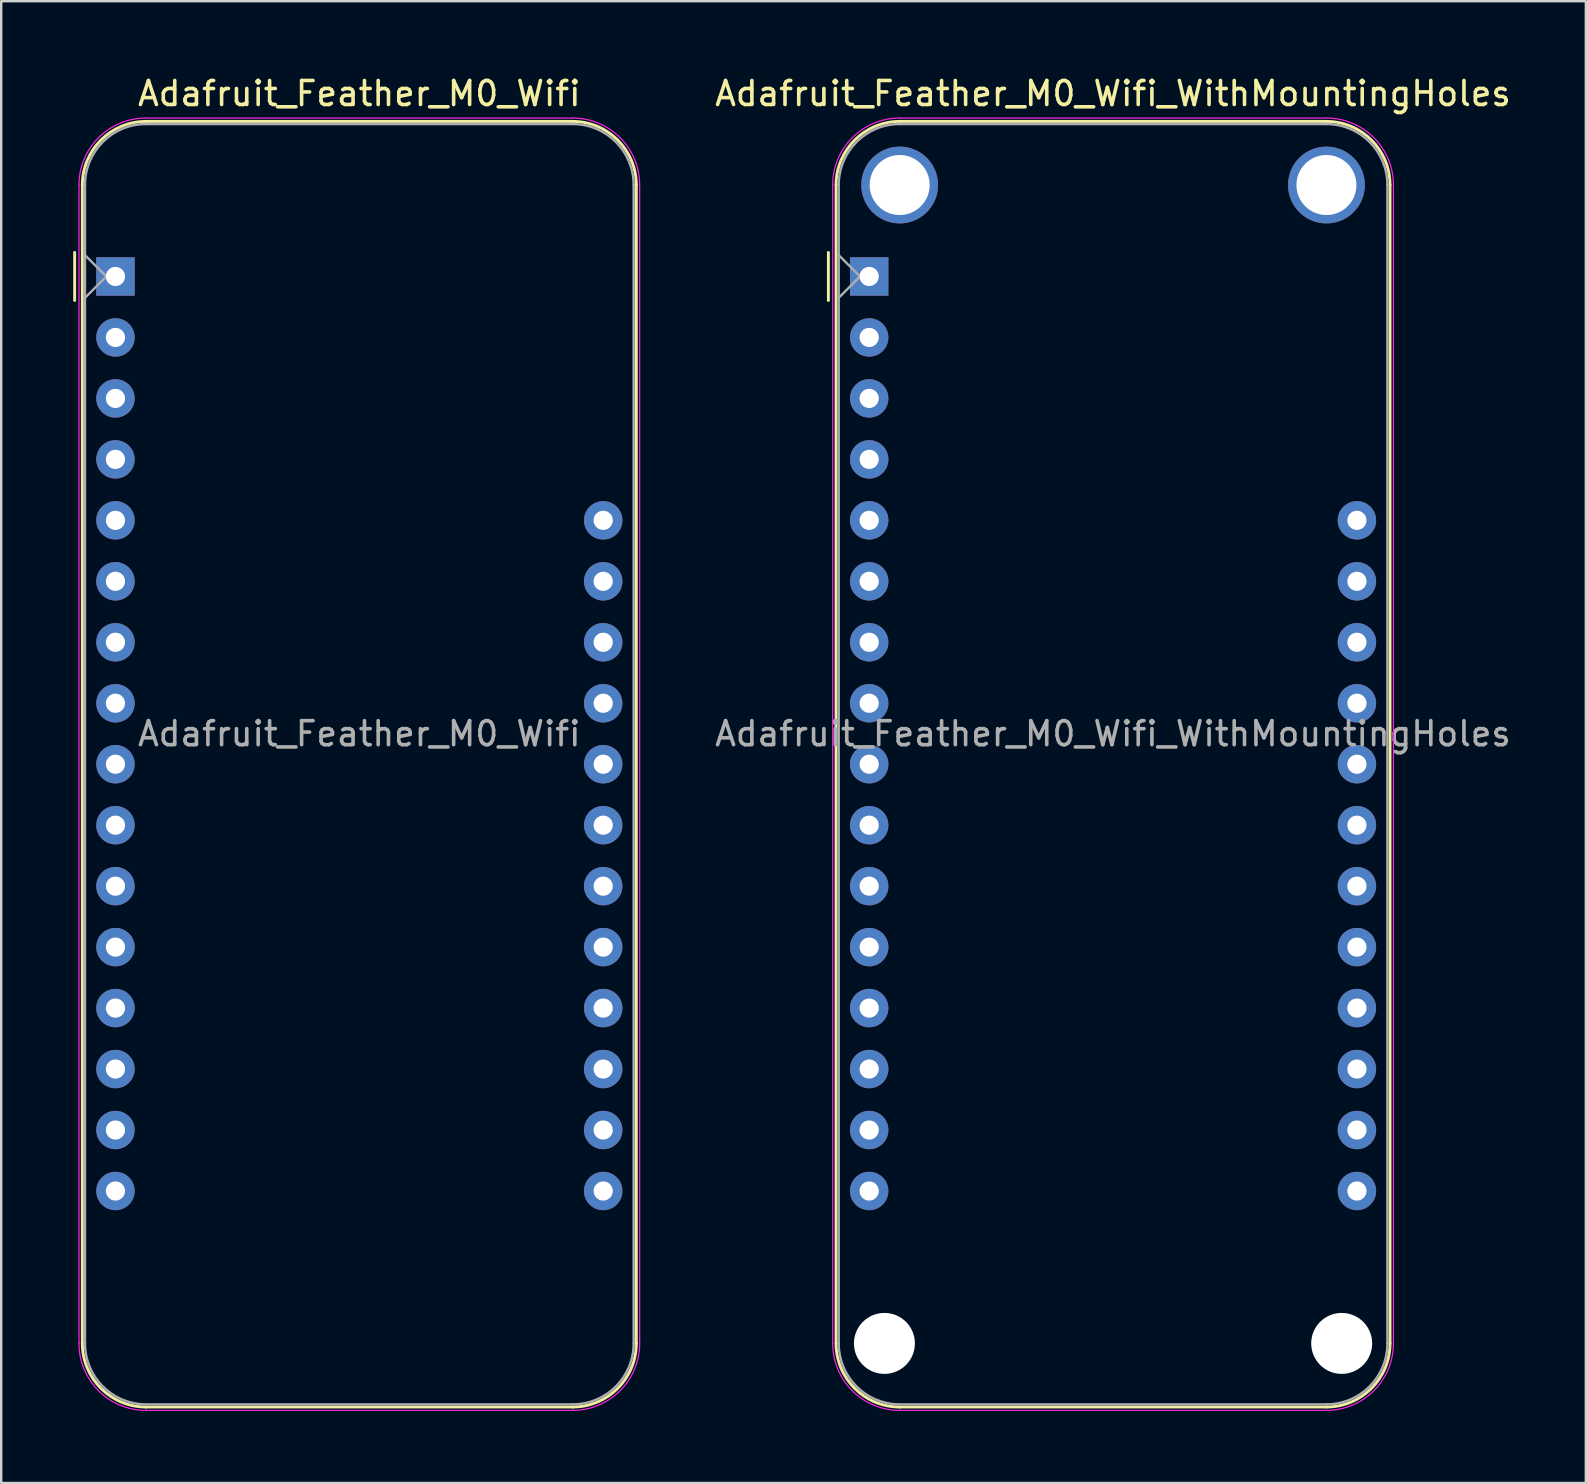
<source format=kicad_pcb>
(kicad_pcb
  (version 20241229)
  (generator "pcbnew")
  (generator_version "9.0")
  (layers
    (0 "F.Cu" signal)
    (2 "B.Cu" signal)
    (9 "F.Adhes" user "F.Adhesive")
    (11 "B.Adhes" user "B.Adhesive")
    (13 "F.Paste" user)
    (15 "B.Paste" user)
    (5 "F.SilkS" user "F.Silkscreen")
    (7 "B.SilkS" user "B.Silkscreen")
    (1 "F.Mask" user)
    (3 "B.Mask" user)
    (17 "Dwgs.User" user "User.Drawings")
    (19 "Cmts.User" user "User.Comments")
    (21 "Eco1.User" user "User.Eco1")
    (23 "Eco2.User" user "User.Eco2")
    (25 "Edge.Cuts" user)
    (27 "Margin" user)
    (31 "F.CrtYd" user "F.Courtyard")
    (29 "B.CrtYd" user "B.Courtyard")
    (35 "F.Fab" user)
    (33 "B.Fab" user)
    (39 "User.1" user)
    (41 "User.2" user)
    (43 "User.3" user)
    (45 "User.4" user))
  (footprint "Adafruit_Feather_M0_Wifi"
    (layer "F.Cu")
    (at 1.76 8.468)
    (property "Reference" "Adafruit_Feather_M0_Wifi" (at 10.16 -7.62 0) (layer "F.SilkS") (effects (font (size 1 1) (thickness 0.15))))
    (attr through_hole)
    (fp_line (start -1.7 1) (end -1.7 -1) (stroke (width 0.12) (type solid)) (layer "F.SilkS"))
    (fp_line (start -1.38 -3.81) (end -1.38 44.45) (stroke (width 0.12) (type solid)) (layer "F.SilkS"))
    (fp_line (start 19.05 -6.46) (end 1.27 -6.46) (stroke (width 0.12) (type solid)) (layer "F.SilkS"))
    (fp_line (start 19.05 47.1) (end 1.27 47.1) (stroke (width 0.12) (type solid)) (layer "F.SilkS"))
    (fp_line (start 21.7 -3.81) (end 21.7 44.45) (stroke (width 0.12) (type solid)) (layer "F.SilkS"))
    (fp_arc (start -1.38 -3.81) (mid -0.603833 -5.683833) (end 1.27 -6.46) (stroke (width 0.12) (type solid)) (layer "F.SilkS"))
    (fp_arc (start 1.27 47.1) (mid -0.603833 46.323833) (end -1.38 44.45) (stroke (width 0.12) (type solid)) (layer "F.SilkS"))
    (fp_arc (start 19.05 -6.46) (mid 20.923833 -5.683833) (end 21.7 -3.81) (stroke (width 0.12) (type solid)) (layer "F.SilkS"))
    (fp_arc (start 21.7 44.45) (mid 20.923833 46.323833) (end 19.05 47.1) (stroke (width 0.12) (type solid)) (layer "F.SilkS"))
    (fp_line (start -1.52 44.45) (end -1.52 -3.81) (stroke (width 0.05) (type solid)) (layer "F.CrtYd"))
    (fp_line (start 19.05 -6.6) (end 1.27 -6.6) (stroke (width 0.05) (type solid)) (layer "F.CrtYd"))
    (fp_line (start 19.05 47.24) (end 1.27 47.24) (stroke (width 0.05) (type solid)) (layer "F.CrtYd"))
    (fp_line (start 21.84 44.45) (end 21.84 -3.81) (stroke (width 0.05) (type solid)) (layer "F.CrtYd"))
    (fp_arc (start -1.52 -3.81) (mid -0.702828 -5.782828) (end 1.27 -6.6) (stroke (width 0.05) (type solid)) (layer "F.CrtYd"))
    (fp_arc (start 1.27 47.24) (mid -0.702828 46.422828) (end -1.52 44.45) (stroke (width 0.05) (type solid)) (layer "F.CrtYd"))
    (fp_arc (start 19.05 -6.6) (mid 21.022828 -5.782828) (end 21.84 -3.81) (stroke (width 0.05) (type solid)) (layer "F.CrtYd"))
    (fp_arc (start 21.84 44.45) (mid 21.022828 46.422828) (end 19.05 47.24) (stroke (width 0.05) (type solid)) (layer "F.CrtYd"))
    (fp_line (start -1.27 -3.81) (end -1.27 44.45) (stroke (width 0.1) (type solid)) (layer "F.Fab"))
    (fp_line (start -1.27 -0.889) (end -0.381 0) (stroke (width 0.1) (type solid)) (layer "F.Fab"))
    (fp_line (start -0.381 0) (end -1.27 0.889) (stroke (width 0.1) (type solid)) (layer "F.Fab"))
    (fp_line (start 1.27 46.99) (end 19.05 46.99) (stroke (width 0.1) (type solid)) (layer "F.Fab"))
    (fp_line (start 19.05 -6.35) (end 1.27 -6.35) (stroke (width 0.1) (type solid)) (layer "F.Fab"))
    (fp_line (start 21.59 44.45) (end 21.59 -3.81) (stroke (width 0.1) (type solid)) (layer "F.Fab"))
    (fp_arc (start -1.27 -3.81) (mid -0.526051 -5.606051) (end 1.27 -6.35) (stroke (width 0.1) (type solid)) (layer "F.Fab"))
    (fp_arc (start 1.221238 46.989532) (mid -0.543209 46.228728) (end -1.27 44.45) (stroke (width 0.1) (type solid)) (layer "F.Fab"))
    (fp_arc (start 19.05 -6.35) (mid 20.846051 -5.606051) (end 21.59 -3.81) (stroke (width 0.1) (type solid)) (layer "F.Fab"))
    (fp_arc (start 21.59 44.45) (mid 20.846051 46.246051) (end 19.05 46.99) (stroke (width 0.1) (type solid)) (layer "F.Fab"))
    (fp_text user "${REFERENCE}" (at 10.16 19.05 180) (layer "F.Fab") (effects (font (size 1 1) (thickness 0.15))))
    (pad "1" thru_hole rect (at 0 0 180) (size 1.6 1.6) (drill 0.8) (layers "*.Cu" "*.Mask"))
    (pad "2" thru_hole circle (at 0 2.54 180) (size 1.6 1.6) (drill 0.8) (layers "*.Cu" "*.Mask"))
    (pad "3" thru_hole circle (at 0 5.08 180) (size 1.6 1.6) (drill 0.8) (layers "*.Cu" "*.Mask"))
    (pad "4" thru_hole circle (at 0 7.62 180) (size 1.6 1.6) (drill 0.8) (layers "*.Cu" "*.Mask"))
    (pad "5" thru_hole circle (at 0 10.16 180) (size 1.6 1.6) (drill 0.8) (layers "*.Cu" "*.Mask"))
    (pad "6" thru_hole circle (at 0 12.7 180) (size 1.6 1.6) (drill 0.8) (layers "*.Cu" "*.Mask"))
    (pad "7" thru_hole circle (at 0 15.24 180) (size 1.6 1.6) (drill 0.8) (layers "*.Cu" "*.Mask"))
    (pad "8" thru_hole circle (at 0 17.78 180) (size 1.6 1.6) (drill 0.8) (layers "*.Cu" "*.Mask"))
    (pad "9" thru_hole circle (at 0 20.32 180) (size 1.6 1.6) (drill 0.8) (layers "*.Cu" "*.Mask"))
    (pad "10" thru_hole circle (at 0 22.86 180) (size 1.6 1.6) (drill 0.8) (layers "*.Cu" "*.Mask"))
    (pad "11" thru_hole circle (at 0 25.4 180) (size 1.6 1.6) (drill 0.8) (layers "*.Cu" "*.Mask"))
    (pad "12" thru_hole circle (at 0 27.94 180) (size 1.6 1.6) (drill 0.8) (layers "*.Cu" "*.Mask"))
    (pad "13" thru_hole circle (at 0 30.48 180) (size 1.6 1.6) (drill 0.8) (layers "*.Cu" "*.Mask"))
    (pad "14" thru_hole circle (at 0 33.02 180) (size 1.6 1.6) (drill 0.8) (layers "*.Cu" "*.Mask"))
    (pad "15" thru_hole circle (at 0 35.56 180) (size 1.6 1.6) (drill 0.8) (layers "*.Cu" "*.Mask"))
    (pad "16" thru_hole circle (at 0 38.1 180) (size 1.6 1.6) (drill 0.8) (layers "*.Cu" "*.Mask"))
    (pad "17" thru_hole circle (at 20.32 38.1 180) (size 1.6 1.6) (drill 0.8) (layers "*.Cu" "*.Mask"))
    (pad "18" thru_hole circle (at 20.32 35.56 180) (size 1.6 1.6) (drill 0.8) (layers "*.Cu" "*.Mask"))
    (pad "19" thru_hole circle (at 20.32 33.02 180) (size 1.6 1.6) (drill 0.8) (layers "*.Cu" "*.Mask"))
    (pad "20" thru_hole circle (at 20.32 30.48 180) (size 1.6 1.6) (drill 0.8) (layers "*.Cu" "*.Mask"))
    (pad "21" thru_hole circle (at 20.32 27.94 180) (size 1.6 1.6) (drill 0.8) (layers "*.Cu" "*.Mask"))
    (pad "22" thru_hole circle (at 20.32 25.4 180) (size 1.6 1.6) (drill 0.8) (layers "*.Cu" "*.Mask"))
    (pad "23" thru_hole circle (at 20.32 22.86 180) (size 1.6 1.6) (drill 0.8) (layers "*.Cu" "*.Mask"))
    (pad "24" thru_hole circle (at 20.32 20.32 180) (size 1.6 1.6) (drill 0.8) (layers "*.Cu" "*.Mask"))
    (pad "25" thru_hole circle (at 20.32 17.78 180) (size 1.6 1.6) (drill 0.8) (layers "*.Cu" "*.Mask"))
    (pad "26" thru_hole circle (at 20.32 15.24 180) (size 1.6 1.6) (drill 0.8) (layers "*.Cu" "*.Mask"))
    (pad "27" thru_hole circle (at 20.32 12.7 180) (size 1.6 1.6) (drill 0.8) (layers "*.Cu" "*.Mask"))
    (pad "28" thru_hole circle (at 20.32 10.16 180) (size 1.6 1.6) (drill 0.8) (layers "*.Cu" "*.Mask")))
  (footprint "Adafruit_Feather_M0_Wifi_WithMountingHoles"
    (layer "F.Cu")
    (at 33.161 8.468)
    (property "Reference" "Adafruit_Feather_M0_Wifi_WithMountingHoles" (at 10.16 -7.62 0) (layer "F.SilkS") (effects (font (size 1 1) (thickness 0.15))))
    (attr through_hole)
    (fp_line (start -1.7 1) (end -1.7 -1) (stroke (width 0.12) (type solid)) (layer "F.SilkS"))
    (fp_line (start -1.38 -3.81) (end -1.38 44.45) (stroke (width 0.12) (type solid)) (layer "F.SilkS"))
    (fp_line (start 19.05 -6.46) (end 1.27 -6.46) (stroke (width 0.12) (type solid)) (layer "F.SilkS"))
    (fp_line (start 19.05 47.1) (end 1.27 47.1) (stroke (width 0.12) (type solid)) (layer "F.SilkS"))
    (fp_line (start 21.7 -3.81) (end 21.7 44.45) (stroke (width 0.12) (type solid)) (layer "F.SilkS"))
    (fp_arc (start -1.38 -3.81) (mid -0.603833 -5.683833) (end 1.27 -6.46) (stroke (width 0.12) (type solid)) (layer "F.SilkS"))
    (fp_arc (start 1.27 47.1) (mid -0.603833 46.323833) (end -1.38 44.45) (stroke (width 0.12) (type solid)) (layer "F.SilkS"))
    (fp_arc (start 19.05 -6.46) (mid 20.923833 -5.683833) (end 21.7 -3.81) (stroke (width 0.12) (type solid)) (layer "F.SilkS"))
    (fp_arc (start 21.7 44.45) (mid 20.923833 46.323833) (end 19.05 47.1) (stroke (width 0.12) (type solid)) (layer "F.SilkS"))
    (fp_line (start -1.52 44.45) (end -1.52 -3.81) (stroke (width 0.05) (type solid)) (layer "F.CrtYd"))
    (fp_line (start 19.05 -6.6) (end 1.27 -6.6) (stroke (width 0.05) (type solid)) (layer "F.CrtYd"))
    (fp_line (start 19.05 47.24) (end 1.27 47.24) (stroke (width 0.05) (type solid)) (layer "F.CrtYd"))
    (fp_line (start 21.84 44.45) (end 21.84 -3.81) (stroke (width 0.05) (type solid)) (layer "F.CrtYd"))
    (fp_arc (start -1.52 -3.81) (mid -0.702828 -5.782828) (end 1.27 -6.6) (stroke (width 0.05) (type solid)) (layer "F.CrtYd"))
    (fp_arc (start 1.27 47.24) (mid -0.702828 46.422828) (end -1.52 44.45) (stroke (width 0.05) (type solid)) (layer "F.CrtYd"))
    (fp_arc (start 19.05 -6.6) (mid 21.022828 -5.782828) (end 21.84 -3.81) (stroke (width 0.05) (type solid)) (layer "F.CrtYd"))
    (fp_arc (start 21.84 44.45) (mid 21.022828 46.422828) (end 19.05 47.24) (stroke (width 0.05) (type solid)) (layer "F.CrtYd"))
    (fp_line (start -1.27 -3.81) (end -1.27 44.45) (stroke (width 0.1) (type solid)) (layer "F.Fab"))
    (fp_line (start -1.27 -0.889) (end -0.381 0) (stroke (width 0.1) (type solid)) (layer "F.Fab"))
    (fp_line (start -0.381 0) (end -1.27 0.889) (stroke (width 0.1) (type solid)) (layer "F.Fab"))
    (fp_line (start 1.27 46.99) (end 19.05 46.99) (stroke (width 0.1) (type solid)) (layer "F.Fab"))
    (fp_line (start 19.05 -6.35) (end 1.27 -6.35) (stroke (width 0.1) (type solid)) (layer "F.Fab"))
    (fp_line (start 21.59 44.45) (end 21.59 -3.81) (stroke (width 0.1) (type solid)) (layer "F.Fab"))
    (fp_arc (start -1.27 -3.81) (mid -0.526051 -5.606051) (end 1.27 -6.35) (stroke (width 0.1) (type solid)) (layer "F.Fab"))
    (fp_arc (start 1.221238 46.989532) (mid -0.543209 46.228728) (end -1.27 44.45) (stroke (width 0.1) (type solid)) (layer "F.Fab"))
    (fp_arc (start 19.05 -6.35) (mid 20.846051 -5.606051) (end 21.59 -3.81) (stroke (width 0.1) (type solid)) (layer "F.Fab"))
    (fp_arc (start 21.59 44.45) (mid 20.846051 46.246051) (end 19.05 46.99) (stroke (width 0.1) (type solid)) (layer "F.Fab"))
    (fp_text user "${REFERENCE}" (at 10.16 19.05 180) (layer "F.Fab") (effects (font (size 1 1) (thickness 0.15))))
    (pad "" np_thru_hole circle (at 0.635 44.45 270) (size 2.54 2.54) (drill 2.54) (layers "*.Cu" "*.Mask"))
    (pad "" np_thru_hole circle (at 1.27 -3.81 270) (size 3.2 3.2) (drill 2.5) (layers "*.Cu" "*.Mask"))
    (pad "" np_thru_hole circle (at 19.05 -3.81 270) (size 3.2 3.2) (drill 2.5) (layers "*.Cu" "*.Mask"))
    (pad "" np_thru_hole circle (at 19.685 44.45 270) (size 2.54 2.54) (drill 2.54) (layers "*.Cu" "*.Mask"))
    (pad "1" thru_hole rect (at 0 0 180) (size 1.6 1.6) (drill 0.8) (layers "*.Cu" "*.Mask"))
    (pad "2" thru_hole circle (at 0 2.54 180) (size 1.6 1.6) (drill 0.8) (layers "*.Cu" "*.Mask"))
    (pad "3" thru_hole circle (at 0 5.08 180) (size 1.6 1.6) (drill 0.8) (layers "*.Cu" "*.Mask"))
    (pad "4" thru_hole circle (at 0 7.62 180) (size 1.6 1.6) (drill 0.8) (layers "*.Cu" "*.Mask"))
    (pad "5" thru_hole circle (at 0 10.16 180) (size 1.6 1.6) (drill 0.8) (layers "*.Cu" "*.Mask"))
    (pad "6" thru_hole circle (at 0 12.7 180) (size 1.6 1.6) (drill 0.8) (layers "*.Cu" "*.Mask"))
    (pad "7" thru_hole circle (at 0 15.24 180) (size 1.6 1.6) (drill 0.8) (layers "*.Cu" "*.Mask"))
    (pad "8" thru_hole circle (at 0 17.78 180) (size 1.6 1.6) (drill 0.8) (layers "*.Cu" "*.Mask"))
    (pad "9" thru_hole circle (at 0 20.32 180) (size 1.6 1.6) (drill 0.8) (layers "*.Cu" "*.Mask"))
    (pad "10" thru_hole circle (at 0 22.86 180) (size 1.6 1.6) (drill 0.8) (layers "*.Cu" "*.Mask"))
    (pad "11" thru_hole circle (at 0 25.4 180) (size 1.6 1.6) (drill 0.8) (layers "*.Cu" "*.Mask"))
    (pad "12" thru_hole circle (at 0 27.94 180) (size 1.6 1.6) (drill 0.8) (layers "*.Cu" "*.Mask"))
    (pad "13" thru_hole circle (at 0 30.48 180) (size 1.6 1.6) (drill 0.8) (layers "*.Cu" "*.Mask"))
    (pad "14" thru_hole circle (at 0 33.02 180) (size 1.6 1.6) (drill 0.8) (layers "*.Cu" "*.Mask"))
    (pad "15" thru_hole circle (at 0 35.56 180) (size 1.6 1.6) (drill 0.8) (layers "*.Cu" "*.Mask"))
    (pad "16" thru_hole circle (at 0 38.1 180) (size 1.6 1.6) (drill 0.8) (layers "*.Cu" "*.Mask"))
    (pad "17" thru_hole circle (at 20.32 38.1 180) (size 1.6 1.6) (drill 0.8) (layers "*.Cu" "*.Mask"))
    (pad "18" thru_hole circle (at 20.32 35.56 180) (size 1.6 1.6) (drill 0.8) (layers "*.Cu" "*.Mask"))
    (pad "19" thru_hole circle (at 20.32 33.02 180) (size 1.6 1.6) (drill 0.8) (layers "*.Cu" "*.Mask"))
    (pad "20" thru_hole circle (at 20.32 30.48 180) (size 1.6 1.6) (drill 0.8) (layers "*.Cu" "*.Mask"))
    (pad "21" thru_hole circle (at 20.32 27.94 180) (size 1.6 1.6) (drill 0.8) (layers "*.Cu" "*.Mask"))
    (pad "22" thru_hole circle (at 20.32 25.4 180) (size 1.6 1.6) (drill 0.8) (layers "*.Cu" "*.Mask"))
    (pad "23" thru_hole circle (at 20.32 22.86 180) (size 1.6 1.6) (drill 0.8) (layers "*.Cu" "*.Mask"))
    (pad "24" thru_hole circle (at 20.32 20.32 180) (size 1.6 1.6) (drill 0.8) (layers "*.Cu" "*.Mask"))
    (pad "25" thru_hole circle (at 20.32 17.78 180) (size 1.6 1.6) (drill 0.8) (layers "*.Cu" "*.Mask"))
    (pad "26" thru_hole circle (at 20.32 15.24 180) (size 1.6 1.6) (drill 0.8) (layers "*.Cu" "*.Mask"))
    (pad "27" thru_hole circle (at 20.32 12.7 180) (size 1.6 1.6) (drill 0.8) (layers "*.Cu" "*.Mask"))
    (pad "28" thru_hole circle (at 20.32 10.16 180) (size 1.6 1.6) (drill 0.8) (layers "*.Cu" "*.Mask")))
  (gr_rect
    (start -3 -3)
    (end 63.018 58.733)
    (stroke (width 0.1) (type default))
    (fill no)
    (layer "Edge.Cuts")))
</source>
